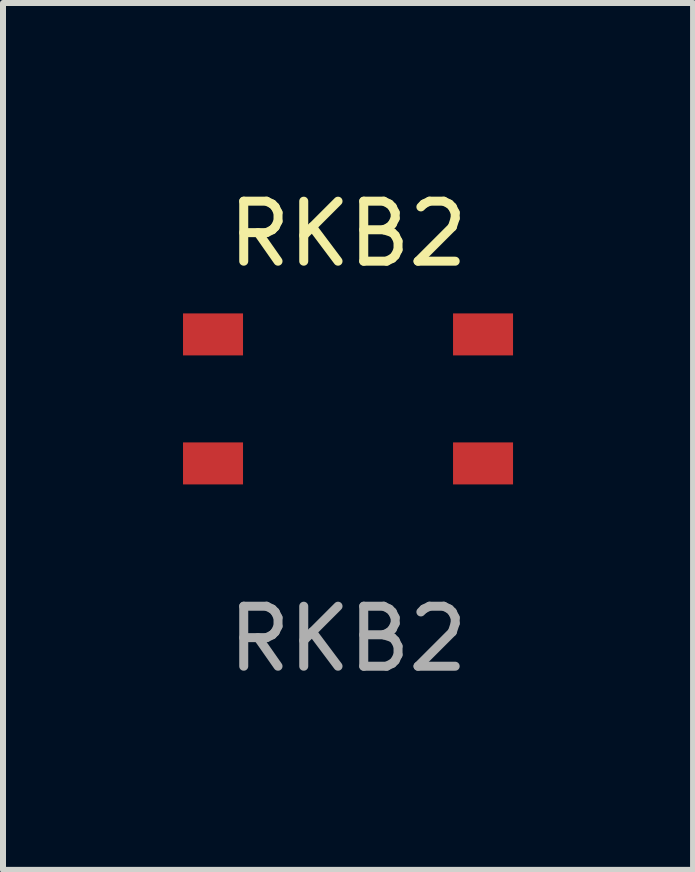
<source format=kicad_pcb>
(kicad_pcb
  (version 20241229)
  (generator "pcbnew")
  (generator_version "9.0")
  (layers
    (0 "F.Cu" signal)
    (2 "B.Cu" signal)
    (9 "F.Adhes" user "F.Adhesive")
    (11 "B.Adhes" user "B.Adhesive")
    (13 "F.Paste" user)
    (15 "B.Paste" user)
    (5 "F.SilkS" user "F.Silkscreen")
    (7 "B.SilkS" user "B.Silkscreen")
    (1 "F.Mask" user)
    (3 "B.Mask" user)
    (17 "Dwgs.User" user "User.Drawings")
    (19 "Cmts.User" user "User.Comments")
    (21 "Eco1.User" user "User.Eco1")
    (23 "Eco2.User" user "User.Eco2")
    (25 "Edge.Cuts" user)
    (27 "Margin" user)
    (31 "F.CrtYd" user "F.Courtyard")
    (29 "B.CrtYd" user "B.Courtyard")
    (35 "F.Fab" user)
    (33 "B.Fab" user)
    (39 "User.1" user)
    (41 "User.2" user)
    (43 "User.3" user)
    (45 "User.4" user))
  (footprint "RKB2"
    (layer "F.Cu")
    (at 2.75 3.598)
    (property "Reference" "RKB2" (at 0 -2.75 0) (unlocked yes) (layer "F.SilkS") (effects (font (size 1 1) (thickness 0.15))))
    (attr smd)
    (fp_text user "${REFERENCE}" (at 0 4 0) (unlocked yes) (layer "F.Fab") (effects (font (size 1 1) (thickness 0.15))))
    (pad "1" smd rect (at -2.25 -1.075) (size 1 0.7) (layers "F.Cu" "F.Mask" "F.Paste"))
    (pad "1" smd rect (at 2.25 -1.075) (size 1 0.7) (layers "F.Cu" "F.Mask" "F.Paste"))
    (pad "2" smd rect (at -2.25 1.075) (size 1 0.7) (layers "F.Cu" "F.Mask" "F.Paste"))
    (pad "2" smd rect (at 2.25 1.075) (size 1 0.7) (layers "F.Cu" "F.Mask" "F.Paste")))
  (gr_rect
    (start -3 -3)
    (end 8.5 11.447)
    (stroke (width 0.1) (type default))
    (fill no)
    (layer "Edge.Cuts")))
</source>
